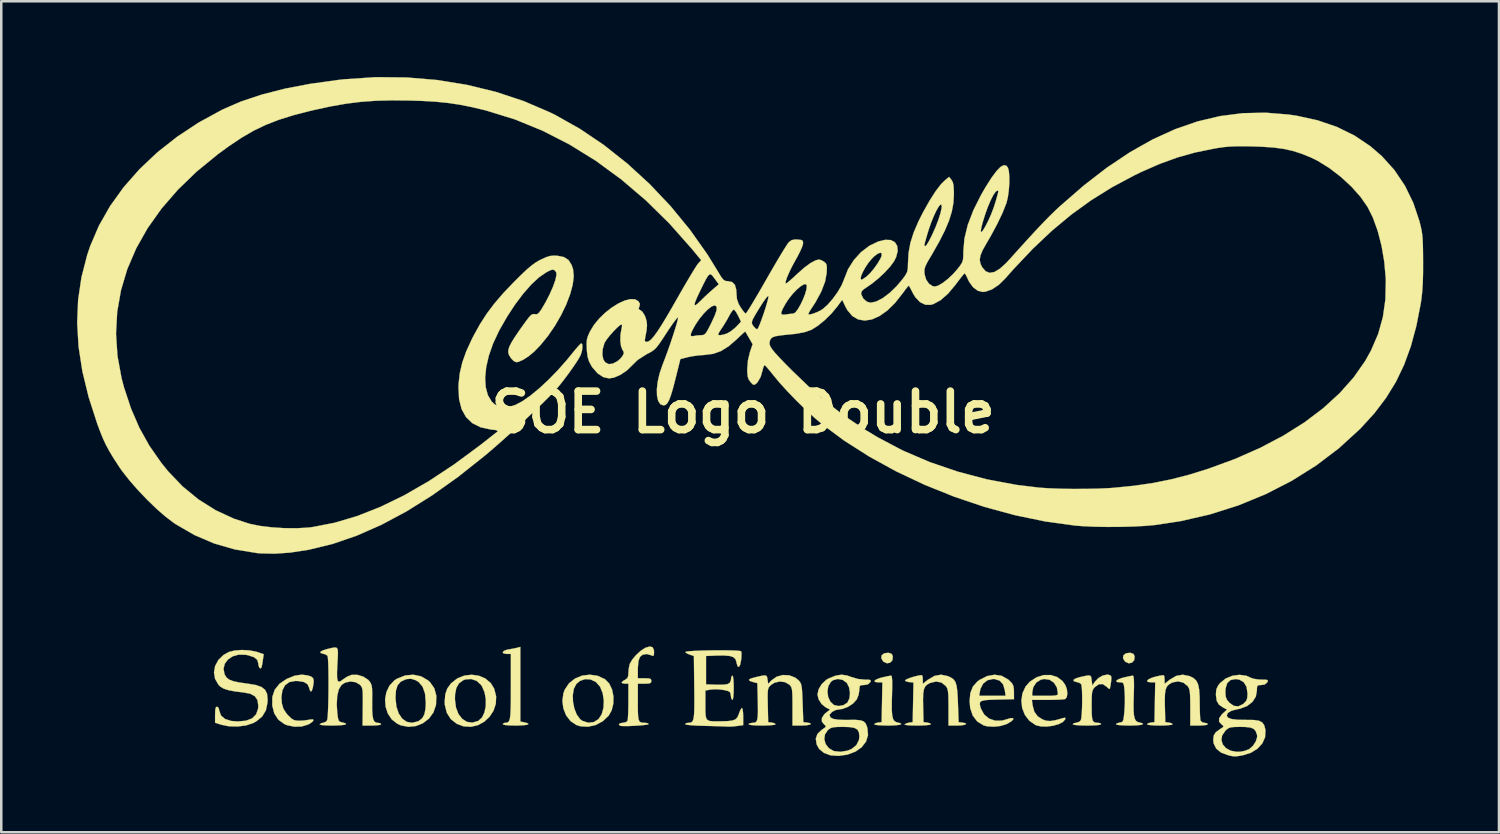
<source format=kicad_pcb>
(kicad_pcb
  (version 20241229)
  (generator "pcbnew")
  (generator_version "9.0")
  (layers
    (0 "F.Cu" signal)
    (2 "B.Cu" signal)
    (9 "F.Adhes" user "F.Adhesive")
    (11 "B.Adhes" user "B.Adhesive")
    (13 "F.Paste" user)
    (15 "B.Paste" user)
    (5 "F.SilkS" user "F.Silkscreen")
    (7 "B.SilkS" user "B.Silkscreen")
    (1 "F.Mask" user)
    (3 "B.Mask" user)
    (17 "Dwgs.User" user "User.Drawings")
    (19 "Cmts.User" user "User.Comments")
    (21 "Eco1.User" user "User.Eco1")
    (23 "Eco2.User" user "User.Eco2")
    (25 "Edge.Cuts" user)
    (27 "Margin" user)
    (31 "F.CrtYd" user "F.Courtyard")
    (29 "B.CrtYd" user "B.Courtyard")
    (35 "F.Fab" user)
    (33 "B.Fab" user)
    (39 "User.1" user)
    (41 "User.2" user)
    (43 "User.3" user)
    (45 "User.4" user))
  (footprint "SOE Logo Double"
    (layer "F.Cu")
    (at 26.373 13.268)
    (property "Reference" "SOE Logo Double" (at 0 0 0) (layer "F.SilkS") (effects (font (size 1.524 1.524) (thickness 0.3))))
    (attr through_hole)
    (fp_poly (pts (xy 5.759 9.528) (xy 5.88 9.57) (xy 5.926 9.668) (xy 5.907 9.821) (xy 5.819 9.917) (xy 5.693 9.942) (xy 5.558 9.88) (xy 5.538 9.862) (xy 5.465 9.737) (xy 5.483 9.625) (xy 5.58 9.547) (xy 5.74 9.526) (xy 5.759 9.528)) (stroke (width 0.01) (type solid)) (fill yes) (layer "F.SilkS"))
    (fp_poly (pts (xy 15.33 9.528) (xy 15.452 9.57) (xy 15.498 9.668) (xy 15.479 9.821) (xy 15.391 9.917) (xy 15.264 9.942) (xy 15.129 9.88) (xy 15.11 9.862) (xy 15.036 9.737) (xy 15.055 9.625) (xy 15.152 9.547) (xy 15.312 9.526) (xy 15.33 9.528)) (stroke (width 0.01) (type solid)) (fill yes) (layer "F.SilkS"))
    (fp_poly (pts (xy -8.823 12.248) (xy -8.663 12.28) (xy -8.532 12.316) (xy -8.502 12.349) (xy -8.565 12.377) (xy -8.714 12.396) (xy -8.943 12.405) (xy -9.01 12.406) (xy -9.25 12.401) (xy -9.422 12.386) (xy -9.51 12.363) (xy -9.518 12.352) (xy -9.474 12.307) (xy -9.422 12.299) (xy -9.355 12.294) (xy -9.302 12.269) (xy -9.263 12.215) (xy -9.235 12.118) (xy -9.216 11.966) (xy -9.205 11.749) (xy -9.199 11.453) (xy -9.198 11.067) (xy -9.197 10.871) (xy -9.197 9.572) (xy -9.358 9.572) (xy -9.485 9.552) (xy -9.522 9.506) (xy -9.474 9.451) (xy -9.35 9.404) (xy -9.291 9.393) (xy -9.117 9.363) (xy -8.97 9.332) (xy -8.943 9.326) (xy -8.823 9.292) (xy -8.823 12.248)) (stroke (width 0.01) (type solid)) (fill yes) (layer "F.SilkS"))
    (fp_poly (pts (xy 5.884 10.474) (xy 5.898 10.612) (xy 5.9 10.847) (xy 5.893 11.145) (xy 5.883 11.519) (xy 5.884 11.8) (xy 5.899 12.001) (xy 5.93 12.137) (xy 5.979 12.221) (xy 6.049 12.267) (xy 6.099 12.281) (xy 6.228 12.316) (xy 6.258 12.349) (xy 6.194 12.376) (xy 6.043 12.396) (xy 5.813 12.405) (xy 5.722 12.406) (xy 5.496 12.401) (xy 5.318 12.389) (xy 5.209 12.37) (xy 5.187 12.356) (xy 5.233 12.314) (xy 5.334 12.289) (xy 5.481 12.272) (xy 5.496 11.483) (xy 5.511 10.695) (xy 5.344 10.695) (xy 5.224 10.68) (xy 5.197 10.641) (xy 5.255 10.589) (xy 5.39 10.533) (xy 5.511 10.5) (xy 5.682 10.462) (xy 5.813 10.436) (xy 5.86 10.43) (xy 5.884 10.474)) (stroke (width 0.01) (type solid)) (fill yes) (layer "F.SilkS"))
    (fp_poly (pts (xy 15.456 10.474) (xy 15.469 10.612) (xy 15.472 10.847) (xy 15.465 11.145) (xy 15.455 11.519) (xy 15.456 11.8) (xy 15.471 12.001) (xy 15.502 12.137) (xy 15.551 12.221) (xy 15.621 12.267) (xy 15.671 12.281) (xy 15.8 12.316) (xy 15.83 12.349) (xy 15.766 12.376) (xy 15.615 12.396) (xy 15.384 12.405) (xy 15.293 12.406) (xy 15.068 12.401) (xy 14.89 12.389) (xy 14.781 12.37) (xy 14.759 12.356) (xy 14.805 12.314) (xy 14.906 12.289) (xy 14.979 12.276) (xy 15.026 12.24) (xy 15.055 12.161) (xy 15.076 12.015) (xy 15.092 11.844) (xy 15.108 11.577) (xy 15.111 11.292) (xy 15.1 11.056) (xy 15.082 10.865) (xy 15.059 10.757) (xy 15.021 10.708) (xy 14.954 10.695) (xy 14.909 10.695) (xy 14.793 10.68) (xy 14.769 10.641) (xy 14.829 10.589) (xy 14.964 10.532) (xy 15.083 10.5) (xy 15.254 10.462) (xy 15.385 10.436) (xy 15.431 10.43) (xy 15.456 10.474)) (stroke (width 0.01) (type solid)) (fill yes) (layer "F.SilkS"))
    (fp_poly (pts (xy -17.227 10.425) (xy -17.092 10.473) (xy -17.021 10.544) (xy -17.002 10.66) (xy -17.028 10.849) (xy -17.038 10.902) (xy -17.079 11.033) (xy -17.124 11.059) (xy -17.167 10.978) (xy -17.184 10.908) (xy -17.249 10.77) (xy -17.387 10.684) (xy -17.608 10.645) (xy -17.732 10.641) (xy -17.967 10.685) (xy -18.139 10.812) (xy -18.245 11.016) (xy -18.282 11.292) (xy -18.263 11.531) (xy -18.204 11.741) (xy -18.079 11.932) (xy -18.022 11.997) (xy -17.888 12.127) (xy -17.778 12.193) (xy -17.647 12.215) (xy -17.585 12.217) (xy -17.389 12.207) (xy -17.202 12.18) (xy -17.172 12.173) (xy -17.048 12.158) (xy -17.009 12.19) (xy -17.052 12.255) (xy -17.173 12.34) (xy -17.222 12.366) (xy -17.475 12.443) (xy -17.767 12.452) (xy -18.054 12.394) (xy -18.166 12.347) (xy -18.404 12.174) (xy -18.564 11.928) (xy -18.644 11.615) (xy -18.642 11.276) (xy -18.547 10.99) (xy -18.357 10.752) (xy -18.071 10.56) (xy -17.755 10.432) (xy -17.472 10.391) (xy -17.227 10.425)) (stroke (width 0.01) (type solid)) (fill yes) (layer "F.SilkS"))
    (fp_poly (pts (xy -5.762 10.438) (xy -5.473 10.571) (xy -5.306 10.74) (xy -5.193 10.975) (xy -5.137 11.25) (xy -5.141 11.535) (xy -5.207 11.805) (xy -5.325 12.015) (xy -5.561 12.237) (xy -5.843 12.386) (xy -6.147 12.454) (xy -6.449 12.435) (xy -6.607 12.384) (xy -6.837 12.229) (xy -7.011 12.002) (xy -7.12 11.727) (xy -7.158 11.427) (xy -7.125 11.191) (xy -6.745 11.191) (xy -6.738 11.462) (xy -6.685 11.731) (xy -6.59 11.971) (xy -6.459 12.152) (xy -6.371 12.218) (xy -6.138 12.294) (xy -5.917 12.271) (xy -5.726 12.151) (xy -5.724 12.149) (xy -5.601 11.958) (xy -5.532 11.705) (xy -5.518 11.421) (xy -5.56 11.136) (xy -5.66 10.882) (xy -5.673 10.86) (xy -5.834 10.682) (xy -6.037 10.584) (xy -6.255 10.569) (xy -6.463 10.639) (xy -6.605 10.759) (xy -6.703 10.947) (xy -6.745 11.191) (xy -7.125 11.191) (xy -7.116 11.126) (xy -7.065 10.987) (xy -6.895 10.733) (xy -6.658 10.546) (xy -6.377 10.43) (xy -6.071 10.393) (xy -5.762 10.438)) (stroke (width 0.01) (type solid)) (fill yes) (layer "F.SilkS"))
    (fp_poly (pts (xy -12.751 10.459) (xy -12.477 10.618) (xy -12.399 10.689) (xy -12.228 10.933) (xy -12.148 11.231) (xy -12.161 11.577) (xy -12.163 11.591) (xy -12.263 11.887) (xy -12.441 12.131) (xy -12.679 12.314) (xy -12.956 12.426) (xy -13.255 12.457) (xy -13.555 12.399) (xy -13.686 12.34) (xy -13.913 12.164) (xy -14.07 11.928) (xy -14.158 11.655) (xy -14.177 11.365) (xy -14.166 11.31) (xy -13.766 11.31) (xy -13.731 11.649) (xy -13.64 11.926) (xy -13.501 12.132) (xy -13.322 12.259) (xy -13.112 12.299) (xy -12.88 12.242) (xy -12.841 12.223) (xy -12.707 12.119) (xy -12.621 11.963) (xy -12.576 11.737) (xy -12.566 11.492) (xy -12.597 11.138) (xy -12.692 10.868) (xy -12.85 10.681) (xy -12.981 10.605) (xy -13.151 10.554) (xy -13.31 10.566) (xy -13.373 10.583) (xy -13.56 10.671) (xy -13.683 10.813) (xy -13.748 11.023) (xy -13.766 11.31) (xy -14.166 11.31) (xy -14.125 11.082) (xy -14.003 10.826) (xy -13.81 10.62) (xy -13.708 10.553) (xy -13.382 10.424) (xy -13.058 10.394) (xy -12.751 10.459)) (stroke (width 0.01) (type solid)) (fill yes) (layer "F.SilkS"))
    (fp_poly (pts (xy -10.463 10.435) (xy -10.204 10.547) (xy -9.992 10.728) (xy -9.859 10.945) (xy -9.781 11.25) (xy -9.794 11.547) (xy -9.886 11.821) (xy -10.044 12.062) (xy -10.254 12.256) (xy -10.504 12.392) (xy -10.781 12.456) (xy -11.072 12.438) (xy -11.334 12.34) (xy -11.573 12.155) (xy -11.734 11.901) (xy -11.812 11.59) (xy -11.818 11.465) (xy -11.81 11.368) (xy -11.412 11.368) (xy -11.373 11.685) (xy -11.275 11.946) (xy -11.127 12.14) (xy -10.941 12.259) (xy -10.728 12.292) (xy -10.499 12.228) (xy -10.486 12.221) (xy -10.342 12.091) (xy -10.244 11.888) (xy -10.192 11.638) (xy -10.19 11.366) (xy -10.237 11.098) (xy -10.338 10.858) (xy -10.376 10.799) (xy -10.55 10.639) (xy -10.767 10.564) (xy -10.998 10.58) (xy -11.083 10.612) (xy -11.251 10.734) (xy -11.357 10.917) (xy -11.407 11.175) (xy -11.412 11.368) (xy -11.81 11.368) (xy -11.794 11.17) (xy -11.714 10.939) (xy -11.567 10.737) (xy -11.56 10.73) (xy -11.318 10.54) (xy -11.04 10.429) (xy -10.749 10.395) (xy -10.463 10.435)) (stroke (width 0.01) (type solid)) (fill yes) (layer "F.SilkS"))
    (fp_poly (pts (xy 10.235 10.439) (xy 10.488 10.581) (xy 10.527 10.616) (xy 10.64 10.731) (xy 10.697 10.837) (xy 10.717 10.982) (xy 10.719 11.076) (xy 10.721 11.363) (xy 10.064 11.378) (xy 9.766 11.387) (xy 9.561 11.404) (xy 9.435 11.435) (xy 9.375 11.489) (xy 9.367 11.572) (xy 9.397 11.693) (xy 9.41 11.734) (xy 9.538 11.967) (xy 9.734 12.131) (xy 9.977 12.214) (xy 10.248 12.211) (xy 10.406 12.166) (xy 10.586 12.113) (xy 10.683 12.114) (xy 10.695 12.158) (xy 10.624 12.233) (xy 10.47 12.327) (xy 10.407 12.357) (xy 10.178 12.425) (xy 9.911 12.453) (xy 9.657 12.436) (xy 9.518 12.399) (xy 9.267 12.246) (xy 9.089 12.016) (xy 8.988 11.716) (xy 8.963 11.44) (xy 8.983 11.229) (xy 9.344 11.229) (xy 10.388 11.229) (xy 10.358 11.008) (xy 10.289 10.776) (xy 10.155 10.629) (xy 9.954 10.566) (xy 9.892 10.563) (xy 9.671 10.612) (xy 9.499 10.747) (xy 9.393 10.955) (xy 9.376 11.032) (xy 9.344 11.229) (xy 8.983 11.229) (xy 8.993 11.118) (xy 9.093 10.865) (xy 9.27 10.665) (xy 9.355 10.601) (xy 9.656 10.449) (xy 9.954 10.395) (xy 10.235 10.439)) (stroke (width 0.01) (type solid)) (fill yes) (layer "F.SilkS"))
    (fp_poly (pts (xy 12.425 10.483) (xy 12.637 10.639) (xy 12.759 10.812) (xy 12.816 10.976) (xy 12.833 11.145) (xy 12.81 11.284) (xy 12.749 11.357) (xy 12.664 11.37) (xy 12.497 11.381) (xy 12.273 11.388) (xy 12.047 11.39) (xy 11.429 11.39) (xy 11.458 11.606) (xy 11.526 11.86) (xy 11.662 12.044) (xy 11.852 12.165) (xy 11.997 12.216) (xy 12.155 12.228) (xy 12.352 12.198) (xy 12.616 12.125) (xy 12.661 12.111) (xy 12.746 12.095) (xy 12.756 12.138) (xy 12.748 12.161) (xy 12.656 12.266) (xy 12.487 12.352) (xy 12.268 12.414) (xy 12.029 12.446) (xy 11.797 12.442) (xy 11.601 12.397) (xy 11.577 12.387) (xy 11.33 12.218) (xy 11.152 11.985) (xy 11.045 11.712) (xy 11.013 11.419) (xy 11.057 11.128) (xy 11.073 11.093) (xy 11.443 11.093) (xy 11.443 11.229) (xy 11.951 11.229) (xy 12.188 11.228) (xy 12.338 11.219) (xy 12.42 11.201) (xy 12.454 11.169) (xy 12.459 11.131) (xy 12.417 10.892) (xy 12.3 10.708) (xy 12.129 10.593) (xy 11.919 10.563) (xy 11.785 10.59) (xy 11.606 10.701) (xy 11.485 10.883) (xy 11.443 11.093) (xy 11.073 11.093) (xy 11.181 10.86) (xy 11.351 10.668) (xy 11.616 10.496) (xy 11.896 10.409) (xy 12.172 10.406) (xy 12.425 10.483)) (stroke (width 0.01) (type solid)) (fill yes) (layer "F.SilkS"))
    (fp_poly (pts (xy 8.105 10.451) (xy 8.238 10.513) (xy 8.336 10.586) (xy 8.404 10.688) (xy 8.449 10.836) (xy 8.477 11.048) (xy 8.495 11.34) (xy 8.502 11.524) (xy 8.529 12.272) (xy 8.676 12.289) (xy 8.799 12.314) (xy 8.827 12.345) (xy 8.773 12.375) (xy 8.647 12.398) (xy 8.476 12.406) (xy 8.128 12.406) (xy 8.128 11.691) (xy 8.126 11.395) (xy 8.12 11.186) (xy 8.106 11.043) (xy 8.082 10.945) (xy 8.045 10.873) (xy 8.02 10.84) (xy 7.852 10.705) (xy 7.642 10.663) (xy 7.416 10.714) (xy 7.294 10.775) (xy 7.21 10.853) (xy 7.157 10.966) (xy 7.128 11.132) (xy 7.12 11.371) (xy 7.124 11.644) (xy 7.139 12.272) (xy 7.286 12.289) (xy 7.393 12.317) (xy 7.433 12.356) (xy 7.383 12.377) (xy 7.248 12.393) (xy 7.05 12.404) (xy 6.887 12.406) (xy 6.642 12.402) (xy 6.474 12.389) (xy 6.394 12.37) (xy 6.393 12.357) (xy 6.482 12.312) (xy 6.577 12.29) (xy 6.711 12.272) (xy 6.726 11.487) (xy 6.741 10.702) (xy 6.565 10.685) (xy 6.453 10.66) (xy 6.409 10.62) (xy 6.41 10.615) (xy 6.468 10.575) (xy 6.593 10.524) (xy 6.753 10.473) (xy 6.911 10.433) (xy 7.034 10.412) (xy 7.084 10.417) (xy 7.104 10.486) (xy 7.112 10.599) (xy 7.112 10.753) (xy 7.313 10.594) (xy 7.573 10.441) (xy 7.836 10.393) (xy 8.105 10.451)) (stroke (width 0.01) (type solid)) (fill yes) (layer "F.SilkS"))
    (fp_poly (pts (xy 14.469 10.397) (xy 14.545 10.426) (xy 14.576 10.481) (xy 14.573 10.596) (xy 14.563 10.682) (xy 14.54 10.835) (xy 14.518 10.937) (xy 14.51 10.958) (xy 14.465 10.94) (xy 14.383 10.866) (xy 14.382 10.865) (xy 14.236 10.764) (xy 14.083 10.771) (xy 13.927 10.879) (xy 13.871 10.943) (xy 13.833 11.012) (xy 13.811 11.109) (xy 13.8 11.258) (xy 13.796 11.48) (xy 13.796 11.622) (xy 13.798 11.902) (xy 13.81 12.091) (xy 13.837 12.208) (xy 13.887 12.27) (xy 13.966 12.295) (xy 14.068 12.299) (xy 14.152 12.322) (xy 14.171 12.352) (xy 14.12 12.377) (xy 13.976 12.395) (xy 13.755 12.404) (xy 13.609 12.406) (xy 13.352 12.401) (xy 13.165 12.387) (xy 13.063 12.366) (xy 13.048 12.352) (xy 13.093 12.312) (xy 13.179 12.299) (xy 13.308 12.258) (xy 13.367 12.196) (xy 13.388 12.103) (xy 13.404 11.933) (xy 13.415 11.712) (xy 13.42 11.466) (xy 13.419 11.221) (xy 13.413 11.005) (xy 13.399 10.845) (xy 13.381 10.767) (xy 13.302 10.712) (xy 13.212 10.687) (xy 13.093 10.652) (xy 13.074 10.603) (xy 13.15 10.547) (xy 13.316 10.493) (xy 13.327 10.491) (xy 13.542 10.442) (xy 13.673 10.421) (xy 13.744 10.435) (xy 13.777 10.487) (xy 13.793 10.585) (xy 13.796 10.613) (xy 13.823 10.825) (xy 13.917 10.681) (xy 14.056 10.532) (xy 14.231 10.429) (xy 14.406 10.39) (xy 14.469 10.397)) (stroke (width 0.01) (type solid)) (fill yes) (layer "F.SilkS"))
    (fp_poly (pts (xy 17.674 10.45) (xy 17.685 10.454) (xy 17.832 10.53) (xy 17.939 10.631) (xy 18.01 10.775) (xy 18.051 10.978) (xy 18.071 11.259) (xy 18.074 11.514) (xy 18.077 11.767) (xy 18.084 11.985) (xy 18.095 12.144) (xy 18.107 12.214) (xy 18.18 12.28) (xy 18.267 12.299) (xy 18.365 12.318) (xy 18.395 12.352) (xy 18.346 12.38) (xy 18.216 12.399) (xy 18.047 12.406) (xy 17.7 12.406) (xy 17.7 11.691) (xy 17.698 11.396) (xy 17.692 11.187) (xy 17.678 11.044) (xy 17.654 10.946) (xy 17.617 10.874) (xy 17.591 10.838) (xy 17.425 10.707) (xy 17.217 10.658) (xy 17.001 10.698) (xy 16.959 10.717) (xy 16.848 10.786) (xy 16.771 10.869) (xy 16.723 10.986) (xy 16.698 11.157) (xy 16.692 11.4) (xy 16.695 11.644) (xy 16.711 12.272) (xy 16.858 12.289) (xy 16.964 12.317) (xy 17.005 12.356) (xy 16.955 12.377) (xy 16.822 12.394) (xy 16.628 12.404) (xy 16.497 12.406) (xy 16.278 12.401) (xy 16.107 12.388) (xy 16.006 12.369) (xy 15.989 12.356) (xy 16.035 12.314) (xy 16.136 12.289) (xy 16.283 12.272) (xy 16.298 11.483) (xy 16.312 10.695) (xy 16.15 10.695) (xy 16.023 10.679) (xy 15.989 10.637) (xy 16.042 10.58) (xy 16.174 10.517) (xy 16.309 10.475) (xy 16.481 10.435) (xy 16.608 10.416) (xy 16.657 10.418) (xy 16.676 10.486) (xy 16.684 10.599) (xy 16.684 10.753) (xy 16.884 10.594) (xy 17.142 10.441) (xy 17.403 10.394) (xy 17.674 10.45)) (stroke (width 0.01) (type solid)) (fill yes) (layer "F.SilkS"))
    (fp_poly (pts (xy -3.582 9.31) (xy -3.533 9.429) (xy -3.529 9.499) (xy -3.536 9.619) (xy -3.567 9.653) (xy -3.633 9.627) (xy -3.816 9.574) (xy -3.982 9.603) (xy -4.088 9.691) (xy -4.146 9.849) (xy -4.17 10.109) (xy -4.171 10.172) (xy -4.171 10.534) (xy -3.904 10.534) (xy -3.743 10.54) (xy -3.663 10.564) (xy -3.637 10.617) (xy -3.636 10.641) (xy -3.65 10.705) (xy -3.71 10.737) (xy -3.842 10.748) (xy -3.904 10.748) (xy -4.171 10.748) (xy -4.171 11.491) (xy -4.17 11.8) (xy -4.162 12.018) (xy -4.143 12.161) (xy -4.106 12.245) (xy -4.044 12.285) (xy -3.953 12.298) (xy -3.872 12.299) (xy -3.774 12.317) (xy -3.743 12.349) (xy -3.792 12.368) (xy -3.921 12.386) (xy -4.104 12.403) (xy -4.313 12.417) (xy -4.522 12.426) (xy -4.703 12.428) (xy -4.831 12.422) (xy -4.867 12.415) (xy -4.923 12.371) (xy -4.892 12.326) (xy -4.794 12.3) (xy -4.765 12.299) (xy -4.635 12.271) (xy -4.578 12.214) (xy -4.565 12.131) (xy -4.555 11.964) (xy -4.548 11.736) (xy -4.545 11.472) (xy -4.545 11.439) (xy -4.545 10.748) (xy -4.679 10.748) (xy -4.779 10.733) (xy -4.813 10.703) (xy -4.769 10.651) (xy -4.679 10.598) (xy -4.589 10.535) (xy -4.551 10.435) (xy -4.545 10.325) (xy -4.53 10.143) (xy -4.494 9.978) (xy -4.489 9.963) (xy -4.391 9.794) (xy -4.234 9.608) (xy -4.051 9.442) (xy -3.877 9.33) (xy -3.866 9.325) (xy -3.692 9.276) (xy -3.582 9.31)) (stroke (width 0.01) (type solid)) (fill yes) (layer "F.SilkS"))
    (fp_poly (pts (xy -19.553 9.43) (xy -19.282 9.481) (xy -19.233 9.497) (xy -18.983 9.582) (xy -19.015 9.804) (xy -19.039 9.961) (xy -19.062 10.077) (xy -19.067 10.097) (xy -19.108 10.147) (xy -19.155 10.116) (xy -19.19 10.024) (xy -19.197 9.944) (xy -19.24 9.803) (xy -19.373 9.697) (xy -19.602 9.623) (xy -19.705 9.604) (xy -19.975 9.599) (xy -20.211 9.666) (xy -20.398 9.791) (xy -20.524 9.959) (xy -20.574 10.157) (xy -20.534 10.371) (xy -20.513 10.416) (xy -20.443 10.516) (xy -20.341 10.592) (xy -20.188 10.651) (xy -19.965 10.699) (xy -19.655 10.743) (xy -19.629 10.746) (xy -19.306 10.8) (xy -19.077 10.877) (xy -18.929 10.991) (xy -18.85 11.151) (xy -18.828 11.371) (xy -18.833 11.499) (xy -18.897 11.805) (xy -19.044 12.05) (xy -19.282 12.244) (xy -19.396 12.306) (xy -19.678 12.4) (xy -20.013 12.444) (xy -20.356 12.436) (xy -20.654 12.376) (xy -20.908 12.296) (xy -20.908 11.976) (xy -20.901 11.788) (xy -20.878 11.688) (xy -20.834 11.657) (xy -20.831 11.657) (xy -20.769 11.706) (xy -20.738 11.829) (xy -20.671 12.013) (xy -20.514 12.146) (xy -20.274 12.224) (xy -20.015 12.245) (xy -19.686 12.215) (xy -19.442 12.122) (xy -19.283 11.964) (xy -19.206 11.742) (xy -19.197 11.616) (xy -19.23 11.397) (xy -19.334 11.244) (xy -19.52 11.146) (xy -19.765 11.099) (xy -20.114 11.056) (xy -20.373 11.007) (xy -20.561 10.947) (xy -20.694 10.87) (xy -20.771 10.797) (xy -20.908 10.559) (xy -20.951 10.304) (xy -20.906 10.048) (xy -20.778 9.811) (xy -20.574 9.612) (xy -20.362 9.494) (xy -20.135 9.436) (xy -19.852 9.415) (xy -19.553 9.43)) (stroke (width 0.01) (type solid)) (fill yes) (layer "F.SilkS"))
    (fp_poly (pts (xy 1.826 10.418) (xy 2.062 10.51) (xy 2.196 10.618) (xy 2.248 10.68) (xy 2.285 10.749) (xy 2.31 10.845) (xy 2.328 10.988) (xy 2.34 11.197) (xy 2.352 11.493) (xy 2.353 11.514) (xy 2.38 12.272) (xy 2.527 12.289) (xy 2.65 12.314) (xy 2.679 12.345) (xy 2.625 12.374) (xy 2.499 12.397) (xy 2.314 12.406) (xy 2.313 12.406) (xy 1.952 12.406) (xy 1.952 11.659) (xy 1.951 11.361) (xy 1.946 11.15) (xy 1.935 11.007) (xy 1.914 10.914) (xy 1.882 10.849) (xy 1.834 10.794) (xy 1.83 10.79) (xy 1.661 10.69) (xy 1.453 10.662) (xy 1.245 10.707) (xy 1.099 10.799) (xy 1.041 10.857) (xy 1.003 10.916) (xy 0.98 10.997) (xy 0.97 11.122) (xy 0.969 11.311) (xy 0.974 11.584) (xy 0.974 11.601) (xy 0.989 12.272) (xy 1.136 12.289) (xy 1.243 12.317) (xy 1.283 12.356) (xy 1.234 12.377) (xy 1.099 12.394) (xy 0.903 12.404) (xy 0.749 12.406) (xy 0.5 12.401) (xy 0.321 12.387) (xy 0.225 12.365) (xy 0.214 12.352) (xy 0.26 12.315) (xy 0.372 12.299) (xy 0.373 12.299) (xy 0.455 12.292) (xy 0.514 12.26) (xy 0.553 12.189) (xy 0.574 12.063) (xy 0.583 11.869) (xy 0.581 11.591) (xy 0.577 11.393) (xy 0.561 10.728) (xy 0.388 10.683) (xy 0.256 10.637) (xy 0.227 10.592) (xy 0.301 10.545) (xy 0.48 10.494) (xy 0.495 10.491) (xy 0.708 10.442) (xy 0.839 10.421) (xy 0.91 10.432) (xy 0.943 10.478) (xy 0.96 10.564) (xy 0.962 10.579) (xy 0.989 10.758) (xy 1.119 10.619) (xy 1.324 10.473) (xy 1.57 10.406) (xy 1.826 10.418)) (stroke (width 0.01) (type solid)) (fill yes) (layer "F.SilkS"))
    (fp_poly (pts (xy -16.086 9.334) (xy -16.051 9.407) (xy -16.044 9.548) (xy -16.054 9.771) (xy -16.065 9.967) (xy -16.08 10.278) (xy -16.079 10.492) (xy -16.059 10.619) (xy -16.017 10.671) (xy -15.947 10.656) (xy -15.846 10.584) (xy -15.826 10.567) (xy -15.671 10.467) (xy -15.509 10.403) (xy -15.492 10.4) (xy -15.266 10.401) (xy -15.035 10.473) (xy -14.844 10.599) (xy -14.791 10.659) (xy -14.742 10.736) (xy -14.71 10.823) (xy -14.693 10.945) (xy -14.686 11.124) (xy -14.688 11.383) (xy -14.689 11.425) (xy -14.69 11.757) (xy -14.677 11.997) (xy -14.647 12.157) (xy -14.597 12.251) (xy -14.522 12.293) (xy -14.466 12.299) (xy -14.365 12.317) (xy -14.331 12.352) (xy -14.38 12.38) (xy -14.512 12.399) (xy -14.7 12.406) (xy -15.069 12.406) (xy -15.061 11.659) (xy -15.059 11.361) (xy -15.061 11.151) (xy -15.07 11.009) (xy -15.09 10.915) (xy -15.121 10.851) (xy -15.167 10.797) (xy -15.175 10.79) (xy -15.343 10.69) (xy -15.551 10.662) (xy -15.757 10.705) (xy -15.905 10.802) (xy -16.011 10.976) (xy -16.073 11.236) (xy -16.091 11.57) (xy -16.071 11.895) (xy -16.048 12.085) (xy -16.02 12.195) (xy -15.976 12.25) (xy -15.901 12.276) (xy -15.877 12.281) (xy -15.748 12.317) (xy -15.72 12.349) (xy -15.784 12.376) (xy -15.935 12.395) (xy -16.166 12.405) (xy -16.259 12.406) (xy -16.522 12.401) (xy -16.692 12.387) (xy -16.764 12.363) (xy -16.764 12.352) (xy -16.688 12.307) (xy -16.629 12.299) (xy -16.523 12.256) (xy -16.472 12.196) (xy -16.456 12.114) (xy -16.443 11.946) (xy -16.432 11.709) (xy -16.424 11.424) (xy -16.419 11.109) (xy -16.417 10.783) (xy -16.418 10.465) (xy -16.422 10.174) (xy -16.429 9.928) (xy -16.44 9.748) (xy -16.454 9.652) (xy -16.457 9.644) (xy -16.536 9.59) (xy -16.63 9.564) (xy -16.732 9.533) (xy -16.735 9.487) (xy -16.647 9.433) (xy -16.474 9.379) (xy -16.452 9.374) (xy -16.277 9.332) (xy -16.158 9.314) (xy -16.086 9.334)) (stroke (width 0.01) (type solid)) (fill yes) (layer "F.SilkS"))
    (fp_poly (pts (xy -0.519 9.431) (xy -0.302 9.438) (xy -0.149 9.45) (xy -0.08 9.466) (xy -0.079 9.468) (xy -0.067 9.546) (xy -0.071 9.693) (xy -0.083 9.816) (xy -0.119 9.995) (xy -0.165 10.081) (xy -0.214 10.07) (xy -0.255 9.957) (xy -0.267 9.892) (xy -0.306 9.776) (xy -0.392 9.697) (xy -0.54 9.651) (xy -0.765 9.632) (xy -1.059 9.636) (xy -1.471 9.652) (xy -1.471 10.775) (xy -1.051 10.791) (xy -0.792 10.791) (xy -0.622 10.766) (xy -0.525 10.708) (xy -0.485 10.611) (xy -0.481 10.555) (xy -0.462 10.457) (xy -0.428 10.427) (xy -0.402 10.478) (xy -0.384 10.618) (xy -0.375 10.829) (xy -0.374 10.909) (xy -0.38 11.139) (xy -0.395 11.304) (xy -0.419 11.385) (xy -0.428 11.39) (xy -0.47 11.345) (xy -0.482 11.27) (xy -0.5 11.145) (xy -0.523 11.086) (xy -0.603 11.039) (xy -0.756 11.001) (xy -0.948 10.976) (xy -1.145 10.97) (xy -1.307 10.985) (xy -1.497 11.02) (xy -1.497 11.6) (xy -1.496 11.872) (xy -1.482 12.054) (xy -1.439 12.165) (xy -1.348 12.221) (xy -1.194 12.24) (xy -0.959 12.24) (xy -0.882 12.239) (xy -0.612 12.231) (xy -0.427 12.208) (xy -0.306 12.161) (xy -0.23 12.082) (xy -0.177 11.961) (xy -0.169 11.936) (xy -0.115 11.8) (xy -0.065 11.72) (xy -0.048 11.711) (xy -0.024 11.759) (xy -0.006 11.887) (xy 0 12.051) (xy 0 12.391) (xy -0.248 12.425) (xy -0.424 12.444) (xy -0.571 12.449) (xy -0.609 12.448) (xy -0.701 12.442) (xy -0.878 12.436) (xy -1.117 12.429) (xy -1.396 12.422) (xy -1.511 12.419) (xy -1.812 12.41) (xy -2.053 12.395) (xy -2.219 12.377) (xy -2.296 12.357) (xy -2.299 12.351) (xy -2.254 12.311) (xy -2.172 12.299) (xy -2.096 12.294) (xy -2.038 12.271) (xy -1.994 12.218) (xy -1.964 12.123) (xy -1.945 11.974) (xy -1.936 11.759) (xy -1.933 11.466) (xy -1.935 11.082) (xy -1.937 10.902) (xy -1.952 9.652) (xy -2.117 9.599) (xy -2.234 9.548) (xy -2.29 9.498) (xy -2.291 9.495) (xy -2.244 9.477) (xy -2.109 9.462) (xy -1.905 9.449) (xy -1.651 9.439) (xy -1.367 9.432) (xy -1.071 9.428) (xy -0.782 9.428) (xy -0.519 9.431)) (stroke (width 0.01) (type solid)) (fill yes) (layer "F.SilkS"))
    (fp_poly (pts (xy 4.116 10.425) (xy 4.252 10.476) (xy 4.539 10.562) (xy 4.795 10.588) (xy 4.959 10.591) (xy 5.037 10.606) (xy 5.05 10.642) (xy 5.027 10.695) (xy 4.935 10.778) (xy 4.784 10.802) (xy 4.663 10.809) (xy 4.611 10.853) (xy 4.599 10.964) (xy 4.599 11.002) (xy 4.569 11.19) (xy 4.497 11.369) (xy 4.494 11.374) (xy 4.349 11.534) (xy 4.144 11.668) (xy 3.925 11.75) (xy 3.811 11.764) (xy 3.656 11.794) (xy 3.518 11.867) (xy 3.433 11.961) (xy 3.422 12.006) (xy 3.457 12.088) (xy 3.566 12.144) (xy 3.76 12.175) (xy 4.046 12.185) (xy 4.165 12.183) (xy 4.445 12.182) (xy 4.638 12.198) (xy 4.764 12.24) (xy 4.844 12.316) (xy 4.897 12.436) (xy 4.918 12.509) (xy 4.942 12.784) (xy 4.864 13.039) (xy 4.692 13.264) (xy 4.451 13.435) (xy 4.129 13.557) (xy 3.775 13.608) (xy 3.459 13.586) (xy 3.198 13.49) (xy 3.005 13.329) (xy 2.908 13.153) (xy 2.878 12.95) (xy 3.211 12.95) (xy 3.265 13.14) (xy 3.39 13.302) (xy 3.579 13.412) (xy 3.599 13.418) (xy 3.852 13.447) (xy 4.125 13.402) (xy 4.286 13.337) (xy 4.479 13.185) (xy 4.583 12.978) (xy 4.599 12.839) (xy 4.582 12.676) (xy 4.523 12.566) (xy 4.404 12.499) (xy 4.21 12.467) (xy 3.957 12.459) (xy 3.725 12.462) (xy 3.573 12.475) (xy 3.471 12.504) (xy 3.39 12.555) (xy 3.35 12.59) (xy 3.237 12.758) (xy 3.211 12.95) (xy 2.878 12.95) (xy 2.874 12.927) (xy 2.939 12.739) (xy 3.105 12.579) (xy 3.117 12.571) (xy 3.236 12.489) (xy 3.275 12.439) (xy 3.246 12.396) (xy 3.208 12.367) (xy 3.115 12.25) (xy 3.116 12.108) (xy 3.21 11.961) (xy 3.27 11.907) (xy 3.439 11.775) (xy 3.271 11.689) (xy 3.106 11.556) (xy 2.987 11.37) (xy 2.941 11.177) (xy 2.969 11.053) (xy 3.335 11.053) (xy 3.363 11.27) (xy 3.449 11.46) (xy 3.59 11.591) (xy 3.599 11.595) (xy 3.779 11.634) (xy 3.971 11.599) (xy 4.123 11.5) (xy 4.131 11.491) (xy 4.208 11.325) (xy 4.228 11.113) (xy 4.193 10.898) (xy 4.105 10.722) (xy 4.098 10.714) (xy 3.938 10.598) (xy 3.747 10.562) (xy 3.564 10.608) (xy 3.473 10.674) (xy 3.37 10.843) (xy 3.335 11.053) (xy 2.969 11.053) (xy 2.988 10.968) (xy 3.112 10.763) (xy 3.289 10.597) (xy 3.38 10.543) (xy 3.66 10.432) (xy 3.895 10.393) (xy 4.116 10.425)) (stroke (width 0.01) (type solid)) (fill yes) (layer "F.SilkS"))
    (fp_poly (pts (xy 19.919 10.435) (xy 20.091 10.513) (xy 20.211 10.555) (xy 20.389 10.582) (xy 20.507 10.588) (xy 20.675 10.591) (xy 20.756 10.605) (xy 20.772 10.64) (xy 20.748 10.695) (xy 20.652 10.78) (xy 20.512 10.802) (xy 20.398 10.809) (xy 20.348 10.85) (xy 20.338 10.956) (xy 20.339 11.013) (xy 20.296 11.259) (xy 20.161 11.471) (xy 19.947 11.636) (xy 19.669 11.741) (xy 19.586 11.757) (xy 19.336 11.818) (xy 19.188 11.907) (xy 19.144 12.013) (xy 19.192 12.094) (xy 19.337 12.149) (xy 19.582 12.178) (xy 19.926 12.183) (xy 20.216 12.186) (xy 20.418 12.216) (xy 20.55 12.283) (xy 20.629 12.397) (xy 20.672 12.568) (xy 20.677 12.603) (xy 20.662 12.868) (xy 20.553 13.112) (xy 20.362 13.322) (xy 20.102 13.483) (xy 19.79 13.581) (xy 19.606 13.614) (xy 19.482 13.627) (xy 19.374 13.619) (xy 19.237 13.59) (xy 19.204 13.582) (xy 18.922 13.478) (xy 18.727 13.32) (xy 18.625 13.113) (xy 18.61 12.981) (xy 18.932 12.981) (xy 18.985 13.153) (xy 19.11 13.298) (xy 19.296 13.401) (xy 19.531 13.447) (xy 19.705 13.44) (xy 19.878 13.402) (xy 20.024 13.344) (xy 20.042 13.334) (xy 20.188 13.202) (xy 20.297 13.032) (xy 20.348 12.861) (xy 20.344 12.78) (xy 20.294 12.635) (xy 20.214 12.54) (xy 20.084 12.486) (xy 19.883 12.463) (xy 19.693 12.459) (xy 19.469 12.462) (xy 19.323 12.474) (xy 19.225 12.504) (xy 19.146 12.558) (xy 19.086 12.616) (xy 18.962 12.797) (xy 18.932 12.981) (xy 18.61 12.981) (xy 18.609 12.974) (xy 18.629 12.802) (xy 18.707 12.675) (xy 18.864 12.558) (xy 18.981 12.482) (xy 19.017 12.435) (xy 18.982 12.393) (xy 18.939 12.363) (xy 18.84 12.251) (xy 18.844 12.116) (xy 18.952 11.962) (xy 18.99 11.926) (xy 19.157 11.774) (xy 18.991 11.688) (xy 18.836 11.579) (xy 18.749 11.433) (xy 18.717 11.222) (xy 18.716 11.155) (xy 18.723 11.079) (xy 19.09 11.079) (xy 19.102 11.26) (xy 19.15 11.386) (xy 19.246 11.501) (xy 19.425 11.627) (xy 19.603 11.646) (xy 19.785 11.559) (xy 19.819 11.531) (xy 19.91 11.436) (xy 19.954 11.326) (xy 19.966 11.16) (xy 19.966 11.128) (xy 19.928 10.873) (xy 19.818 10.691) (xy 19.642 10.588) (xy 19.486 10.566) (xy 19.292 10.606) (xy 19.164 10.726) (xy 19.099 10.93) (xy 19.09 11.079) (xy 18.723 11.079) (xy 18.734 10.969) (xy 18.804 10.821) (xy 18.882 10.723) (xy 19.098 10.547) (xy 19.363 10.437) (xy 19.647 10.398) (xy 19.919 10.435)) (stroke (width 0.01) (type solid)) (fill yes) (layer "F.SilkS"))
    (fp_poly (pts (xy -13.331 -13.252) (xy -12.123 -13.151) (xy -10.941 -12.96) (xy -9.794 -12.681) (xy -8.693 -12.317) (xy -7.648 -11.869) (xy -7.451 -11.772) (xy -6.47 -11.221) (xy -5.511 -10.574) (xy -4.585 -9.84) (xy -3.702 -9.031) (xy -2.873 -8.155) (xy -2.107 -7.222) (xy -1.416 -6.244) (xy -0.988 -5.548) (xy -0.878 -5.364) (xy -0.796 -5.256) (xy -0.724 -5.203) (xy -0.639 -5.187) (xy -0.612 -5.187) (xy -0.44 -5.153) (xy -0.329 -5.044) (xy -0.275 -4.852) (xy -0.266 -4.701) (xy -0.248 -4.48) (xy -0.182 -4.291) (xy -0.106 -4.158) (xy -0.011 -4.019) (xy 0.067 -3.926) (xy 0.101 -3.904) (xy 0.138 -3.948) (xy 0.221 -4.075) (xy 0.342 -4.271) (xy 0.494 -4.526) (xy 0.671 -4.828) (xy 0.865 -5.165) (xy 0.915 -5.254) (xy 1.117 -5.605) (xy 1.308 -5.932) (xy 1.479 -6.219) (xy 1.623 -6.455) (xy 1.732 -6.626) (xy 1.798 -6.72) (xy 1.805 -6.727) (xy 1.917 -6.811) (xy 2.055 -6.838) (xy 2.153 -6.834) (xy 2.295 -6.818) (xy 2.358 -6.782) (xy 2.371 -6.706) (xy 2.369 -6.67) (xy 2.339 -6.561) (xy 2.265 -6.389) (xy 2.161 -6.181) (xy 2.09 -6.055) (xy 1.943 -5.786) (xy 1.822 -5.539) (xy 1.732 -5.33) (xy 1.683 -5.176) (xy 1.68 -5.094) (xy 1.683 -5.09) (xy 1.73 -5.114) (xy 1.836 -5.199) (xy 1.985 -5.33) (xy 2.125 -5.461) (xy 2.416 -5.72) (xy 2.669 -5.906) (xy 2.877 -6.015) (xy 3.004 -6.043) (xy 3.1 -6.014) (xy 3.202 -5.955) (xy 3.269 -5.898) (xy 3.304 -5.826) (xy 3.313 -5.708) (xy 3.305 -5.514) (xy 3.242 -5.169) (xy 3.094 -4.78) (xy 2.867 -4.36) (xy 2.721 -4.135) (xy 2.633 -3.999) (xy 2.583 -3.903) (xy 2.578 -3.875) (xy 2.648 -3.869) (xy 2.779 -3.903) (xy 2.936 -3.965) (xy 3.086 -4.041) (xy 3.141 -4.076) (xy 3.337 -4.248) (xy 3.543 -4.483) (xy 3.737 -4.751) (xy 3.894 -5.018) (xy 3.991 -5.252) (xy 3.993 -5.258) (xy 4.004 -5.285) (xy 4.648 -5.285) (xy 4.679 -5.241) (xy 4.683 -5.24) (xy 4.74 -5.27) (xy 4.848 -5.344) (xy 4.892 -5.377) (xy 5.031 -5.509) (xy 5.185 -5.695) (xy 5.329 -5.899) (xy 5.439 -6.088) (xy 5.48 -6.19) (xy 5.484 -6.287) (xy 5.427 -6.313) (xy 5.322 -6.272) (xy 5.185 -6.168) (xy 5.083 -6.066) (xy 4.95 -5.904) (xy 4.831 -5.724) (xy 4.734 -5.547) (xy 4.669 -5.394) (xy 4.648 -5.285) (xy 4.004 -5.285) (xy 4.15 -5.657) (xy 4.38 -6.021) (xy 4.667 -6.337) (xy 4.995 -6.587) (xy 5.348 -6.757) (xy 5.618 -6.823) (xy 5.843 -6.815) (xy 6.005 -6.73) (xy 6.098 -6.581) (xy 6.117 -6.381) (xy 6.056 -6.142) (xy 5.975 -5.979) (xy 5.827 -5.775) (xy 5.613 -5.541) (xy 5.361 -5.303) (xy 5.096 -5.088) (xy 4.93 -4.973) (xy 4.774 -4.867) (xy 4.693 -4.789) (xy 4.67 -4.717) (xy 4.678 -4.655) (xy 4.758 -4.494) (xy 4.894 -4.376) (xy 5.046 -4.333) (xy 5.266 -4.38) (xy 5.52 -4.512) (xy 5.793 -4.717) (xy 6.07 -4.984) (xy 6.306 -5.262) (xy 6.424 -5.424) (xy 6.49 -5.55) (xy 6.518 -5.687) (xy 6.524 -5.879) (xy 6.524 -5.898) (xy 6.547 -6.303) (xy 6.605 -6.62) (xy 7.174 -6.62) (xy 7.176 -6.585) (xy 7.196 -6.577) (xy 7.217 -6.577) (xy 7.262 -6.622) (xy 7.337 -6.743) (xy 7.43 -6.918) (xy 7.479 -7.018) (xy 7.617 -7.328) (xy 7.731 -7.625) (xy 7.813 -7.885) (xy 7.856 -8.084) (xy 7.861 -8.144) (xy 7.844 -8.22) (xy 7.797 -8.208) (xy 7.728 -8.12) (xy 7.643 -7.97) (xy 7.549 -7.77) (xy 7.451 -7.532) (xy 7.358 -7.269) (xy 7.297 -7.074) (xy 7.231 -6.845) (xy 7.191 -6.7) (xy 7.174 -6.62) (xy 6.605 -6.62) (xy 6.619 -6.7) (xy 6.749 -7.112) (xy 6.942 -7.56) (xy 7.119 -7.91) (xy 7.379 -8.373) (xy 7.616 -8.744) (xy 7.828 -9.021) (xy 7.976 -9.169) (xy 8.15 -9.316) (xy 8.246 -9.197) (xy 8.296 -9.111) (xy 8.325 -8.988) (xy 8.339 -8.802) (xy 8.342 -8.613) (xy 8.322 -8.281) (xy 8.26 -7.944) (xy 8.149 -7.586) (xy 7.985 -7.194) (xy 7.762 -6.753) (xy 7.475 -6.248) (xy 7.421 -6.158) (xy 7.295 -5.944) (xy 7.219 -5.793) (xy 7.181 -5.676) (xy 7.173 -5.566) (xy 7.181 -5.465) (xy 7.24 -5.255) (xy 7.353 -5.089) (xy 7.5 -4.99) (xy 7.59 -4.973) (xy 7.723 -5.012) (xy 7.9 -5.117) (xy 8.1 -5.271) (xy 8.299 -5.458) (xy 8.461 -5.639) (xy 8.59 -5.803) (xy 8.666 -5.925) (xy 8.703 -6.042) (xy 8.715 -6.196) (xy 8.716 -6.366) (xy 8.759 -6.873) (xy 8.829 -7.159) (xy 9.406 -7.159) (xy 9.429 -7.127) (xy 9.49 -7.193) (xy 9.588 -7.356) (xy 9.701 -7.576) (xy 9.814 -7.829) (xy 9.923 -8.114) (xy 9.998 -8.35) (xy 10.056 -8.558) (xy 10.089 -8.683) (xy 10.1 -8.746) (xy 10.092 -8.768) (xy 10.067 -8.77) (xy 10.055 -8.77) (xy 9.988 -8.721) (xy 9.898 -8.587) (xy 9.795 -8.385) (xy 9.687 -8.13) (xy 9.583 -7.841) (xy 9.575 -7.816) (xy 9.478 -7.504) (xy 9.423 -7.285) (xy 9.406 -7.159) (xy 8.829 -7.159) (xy 8.891 -7.413) (xy 9.111 -7.99) (xy 9.423 -8.611) (xy 9.608 -8.929) (xy 9.835 -9.286) (xy 10.028 -9.545) (xy 10.187 -9.709) (xy 10.317 -9.779) (xy 10.419 -9.757) (xy 10.479 -9.682) (xy 10.518 -9.541) (xy 10.537 -9.325) (xy 10.536 -9.064) (xy 10.516 -8.786) (xy 10.48 -8.522) (xy 10.428 -8.301) (xy 10.42 -8.275) (xy 10.266 -7.887) (xy 10.052 -7.44) (xy 9.789 -6.952) (xy 9.631 -6.684) (xy 9.479 -6.413) (xy 9.392 -6.202) (xy 9.365 -6.03) (xy 9.395 -5.874) (xy 9.463 -5.736) (xy 9.599 -5.579) (xy 9.757 -5.516) (xy 9.943 -5.549) (xy 10.16 -5.678) (xy 10.411 -5.905) (xy 10.538 -6.042) (xy 10.958 -6.509) (xy 11.318 -6.905) (xy 11.628 -7.24) (xy 11.898 -7.525) (xy 12.138 -7.769) (xy 12.358 -7.984) (xy 12.545 -8.158) (xy 13.482 -8.972) (xy 14.402 -9.683) (xy 15.31 -10.29) (xy 16.208 -10.797) (xy 17.1 -11.203) (xy 17.99 -11.511) (xy 18.88 -11.722) (xy 19.775 -11.837) (xy 20.677 -11.857) (xy 21.59 -11.783) (xy 21.907 -11.737) (xy 22.74 -11.555) (xy 23.502 -11.295) (xy 24.198 -10.953) (xy 24.83 -10.529) (xy 25.282 -10.139) (xy 25.782 -9.585) (xy 26.199 -8.965) (xy 26.532 -8.28) (xy 26.775 -7.551) (xy 26.823 -7.36) (xy 26.859 -7.19) (xy 26.884 -7.019) (xy 26.901 -6.824) (xy 26.91 -6.583) (xy 26.915 -6.275) (xy 26.917 -5.962) (xy 26.916 -5.494) (xy 26.905 -5.109) (xy 26.884 -4.781) (xy 26.852 -4.487) (xy 26.825 -4.305) (xy 26.65 -3.412) (xy 26.432 -2.607) (xy 26.164 -1.873) (xy 25.839 -1.196) (xy 25.449 -0.563) (xy 24.989 0.042) (xy 24.451 0.632) (xy 24.411 0.672) (xy 23.583 1.429) (xy 22.68 2.113) (xy 21.711 2.72) (xy 20.683 3.247) (xy 19.602 3.691) (xy 18.476 4.048) (xy 17.311 4.315) (xy 16.31 4.467) (xy 15.917 4.502) (xy 15.449 4.527) (xy 14.936 4.54) (xy 14.411 4.543) (xy 13.903 4.534) (xy 13.445 4.513) (xy 13.147 4.49) (xy 11.964 4.327) (xy 10.762 4.079) (xy 9.556 3.751) (xy 8.361 3.349) (xy 7.193 2.879) (xy 6.066 2.348) (xy 4.995 1.76) (xy 3.995 1.123) (xy 3.155 0.501) (xy 2.827 0.224) (xy 2.466 -0.107) (xy 2.097 -0.467) (xy 1.745 -0.832) (xy 1.433 -1.176) (xy 1.233 -1.417) (xy 1.087 -1.598) (xy 0.964 -1.745) (xy 0.879 -1.838) (xy 0.852 -1.862) (xy 0.816 -1.826) (xy 0.78 -1.717) (xy 0.771 -1.674) (xy 0.692 -1.399) (xy 0.572 -1.189) (xy 0.505 -1.121) (xy 0.437 -1.081) (xy 0.371 -1.107) (xy 0.288 -1.195) (xy 0.217 -1.295) (xy 0.178 -1.411) (xy 0.162 -1.578) (xy 0.16 -1.706) (xy 0.189 -2.055) (xy 0.267 -2.38) (xy 0.374 -2.691) (xy 0.331 -2.767) (xy 1.042 -2.767) (xy 1.044 -2.689) (xy 1.077 -2.599) (xy 1.149 -2.487) (xy 1.267 -2.342) (xy 1.44 -2.154) (xy 1.674 -1.911) (xy 1.952 -1.631) (xy 2.66 -0.952) (xy 3.358 -0.352) (xy 4.071 0.19) (xy 4.828 0.695) (xy 5.312 0.987) (xy 6.309 1.514) (xy 7.375 1.972) (xy 8.495 2.355) (xy 9.651 2.66) (xy 10.828 2.88) (xy 11.711 2.987) (xy 12.087 3.013) (xy 12.537 3.03) (xy 13.031 3.038) (xy 13.537 3.037) (xy 14.023 3.027) (xy 14.458 3.009) (xy 14.679 2.993) (xy 15.493 2.911) (xy 16.236 2.802) (xy 16.945 2.659) (xy 17.653 2.477) (xy 18.396 2.246) (xy 18.413 2.241) (xy 19.48 1.849) (xy 20.472 1.411) (xy 21.384 0.93) (xy 22.214 0.409) (xy 22.956 -0.151) (xy 23.608 -0.746) (xy 24.167 -1.373) (xy 24.627 -2.03) (xy 24.859 -2.448) (xy 25.138 -3.095) (xy 25.325 -3.761) (xy 25.425 -4.462) (xy 25.441 -5.215) (xy 25.437 -5.315) (xy 25.38 -5.96) (xy 25.272 -6.59) (xy 25.119 -7.181) (xy 24.926 -7.712) (xy 24.72 -8.124) (xy 24.438 -8.528) (xy 24.076 -8.934) (xy 23.657 -9.32) (xy 23.205 -9.666) (xy 22.744 -9.951) (xy 22.486 -10.079) (xy 22.117 -10.229) (xy 21.764 -10.343) (xy 21.401 -10.423) (xy 21 -10.477) (xy 20.534 -10.509) (xy 20.24 -10.52) (xy 19.856 -10.528) (xy 19.549 -10.527) (xy 19.292 -10.518) (xy 19.054 -10.497) (xy 18.808 -10.463) (xy 18.63 -10.433) (xy 17.896 -10.282) (xy 17.191 -10.084) (xy 16.488 -9.829) (xy 15.754 -9.507) (xy 15.481 -9.374) (xy 14.606 -8.907) (xy 13.781 -8.394) (xy 12.992 -7.824) (xy 12.226 -7.187) (xy 11.468 -6.471) (xy 10.706 -5.666) (xy 10.388 -5.306) (xy 10.123 -5.045) (xy 9.852 -4.863) (xy 9.592 -4.77) (xy 9.479 -4.759) (xy 9.284 -4.81) (xy 9.099 -4.949) (xy 8.946 -5.161) (xy 8.895 -5.267) (xy 8.832 -5.404) (xy 8.78 -5.484) (xy 8.762 -5.494) (xy 8.718 -5.448) (xy 8.625 -5.335) (xy 8.5 -5.172) (xy 8.4 -5.038) (xy 8.108 -4.69) (xy 7.82 -4.437) (xy 7.54 -4.284) (xy 7.427 -4.25) (xy 7.209 -4.254) (xy 7.001 -4.356) (xy 6.818 -4.547) (xy 6.725 -4.701) (xy 6.645 -4.856) (xy 6.584 -4.969) (xy 6.559 -5.009) (xy 6.522 -4.978) (xy 6.441 -4.88) (xy 6.334 -4.734) (xy 6.324 -4.72) (xy 6.017 -4.331) (xy 5.706 -4.025) (xy 5.396 -3.805) (xy 5.096 -3.672) (xy 4.811 -3.627) (xy 4.55 -3.672) (xy 4.318 -3.809) (xy 4.124 -4.04) (xy 4.049 -4.177) (xy 3.92 -4.448) (xy 3.723 -4.18) (xy 3.498 -3.909) (xy 3.235 -3.649) (xy 2.964 -3.427) (xy 2.714 -3.269) (xy 2.691 -3.257) (xy 2.428 -3.166) (xy 2.085 -3.103) (xy 1.981 -3.092) (xy 1.659 -3.06) (xy 1.427 -3.032) (xy 1.268 -3.003) (xy 1.167 -2.968) (xy 1.107 -2.923) (xy 1.071 -2.863) (xy 1.063 -2.843) (xy 1.042 -2.767) (xy 0.331 -2.767) (xy 0.233 -2.936) (xy 0.152 -3.076) (xy 0.097 -3.17) (xy 0.082 -3.194) (xy 0.043 -3.165) (xy -0.054 -3.078) (xy -0.192 -2.948) (xy -0.251 -2.89) (xy -0.573 -2.611) (xy -0.877 -2.421) (xy -1.186 -2.31) (xy -1.521 -2.267) (xy -1.524 -2.266) (xy -1.771 -2.248) (xy -2.026 -2.212) (xy -2.192 -2.178) (xy -2.487 -2.102) (xy -2.683 -1.315) (xy -2.779 -0.945) (xy -2.862 -0.669) (xy -2.935 -0.475) (xy -3.006 -0.351) (xy -3.078 -0.286) (xy -3.155 -0.267) (xy -3.28 -0.315) (xy -3.366 -0.447) (xy -3.412 -0.65) (xy -3.418 -0.909) (xy -3.384 -1.209) (xy -3.309 -1.536) (xy -3.194 -1.872) (xy -3.092 -2.136) (xy -2.985 -2.428) (xy -2.879 -2.73) (xy -2.781 -3.024) (xy -2.074 -3.024) (xy -2.016 -3.005) (xy -1.965 -3.014) (xy -1.823 -3.038) (xy -1.672 -3.047) (xy -1.592 -3.053) (xy -1.558 -3.067) (xy -0.99 -3.067) (xy -0.96 -3.05) (xy -0.91 -3.048) (xy -0.784 -3.069) (xy -0.632 -3.12) (xy -0.627 -3.122) (xy -0.484 -3.207) (xy -0.326 -3.334) (xy -0.27 -3.389) (xy -0.094 -3.575) (xy 0.345 -3.575) (xy 0.347 -3.507) (xy 0.376 -3.448) (xy 0.408 -3.402) (xy 0.491 -3.312) (xy 0.556 -3.28) (xy 0.558 -3.28) (xy 0.593 -3.334) (xy 0.653 -3.469) (xy 0.728 -3.666) (xy 0.811 -3.903) (xy 0.813 -3.907) (xy 0.824 -3.941) (xy 1.505 -3.941) (xy 1.519 -3.875) (xy 1.597 -3.858) (xy 1.698 -3.869) (xy 1.856 -3.892) (xy 1.98 -3.903) (xy 1.991 -3.903) (xy 2.069 -3.951) (xy 2.165 -4.076) (xy 2.268 -4.255) (xy 2.367 -4.462) (xy 2.45 -4.673) (xy 2.505 -4.864) (xy 2.52 -5.009) (xy 2.519 -5.013) (xy 2.481 -5.071) (xy 2.391 -5.055) (xy 2.266 -4.977) (xy 2.117 -4.849) (xy 1.958 -4.682) (xy 1.805 -4.489) (xy 1.668 -4.281) (xy 1.664 -4.273) (xy 1.554 -4.07) (xy 1.505 -3.941) (xy 0.824 -3.941) (xy 0.892 -4.151) (xy 0.954 -4.363) (xy 0.993 -4.52) (xy 1.003 -4.597) (xy 0.971 -4.59) (xy 0.897 -4.506) (xy 0.793 -4.361) (xy 0.721 -4.25) (xy 0.557 -3.987) (xy 0.444 -3.797) (xy 0.375 -3.666) (xy 0.345 -3.575) (xy -0.094 -3.575) (xy -0.086 -3.583) (xy -0.203 -3.823) (xy -0.28 -3.962) (xy -0.347 -4.049) (xy -0.373 -4.064) (xy -0.426 -4.02) (xy -0.501 -3.91) (xy -0.541 -3.837) (xy -0.649 -3.641) (xy -0.772 -3.439) (xy -0.8 -3.396) (xy -0.916 -3.222) (xy -0.977 -3.119) (xy -0.99 -3.067) (xy -1.558 -3.067) (xy -1.529 -3.08) (xy -1.467 -3.147) (xy -1.394 -3.27) (xy -1.294 -3.466) (xy -1.251 -3.554) (xy -1.124 -3.83) (xy -1.056 -4.027) (xy -1.045 -4.152) (xy -1.091 -4.214) (xy -1.149 -4.224) (xy -1.255 -4.182) (xy -1.399 -4.069) (xy -1.562 -3.904) (xy -1.725 -3.706) (xy -1.87 -3.494) (xy -1.886 -3.469) (xy -2.01 -3.247) (xy -2.072 -3.101) (xy -2.074 -3.024) (xy -2.781 -3.024) (xy -2.781 -3.024) (xy -2.696 -3.291) (xy -2.629 -3.513) (xy -2.588 -3.672) (xy -2.578 -3.75) (xy -2.578 -3.751) (xy -2.613 -3.731) (xy -2.693 -3.633) (xy -2.81 -3.473) (xy -2.953 -3.264) (xy -3.033 -3.142) (xy -3.203 -2.881) (xy -3.331 -2.694) (xy -3.434 -2.562) (xy -3.528 -2.47) (xy -3.628 -2.399) (xy -3.75 -2.332) (xy -3.815 -2.299) (xy -4.178 -2.068) (xy -4.385 -1.865) (xy -4.605 -1.651) (xy -4.857 -1.481) (xy -5.11 -1.37) (xy -5.311 -1.337) (xy -5.538 -1.388) (xy -5.76 -1.534) (xy -5.962 -1.762) (xy -6.009 -1.833) (xy -6.101 -2.006) (xy -6.156 -2.182) (xy -6.166 -2.264) (xy -5.575 -2.264) (xy -5.532 -2.074) (xy -5.455 -1.969) (xy -5.323 -1.903) (xy -5.172 -1.918) (xy -4.987 -2.012) (xy -4.865 -2.116) (xy -4.782 -2.218) (xy -4.727 -2.321) (xy -4.738 -2.401) (xy -4.781 -2.469) (xy -4.837 -2.614) (xy -4.863 -2.823) (xy -4.859 -3.059) (xy -4.822 -3.282) (xy -4.816 -3.302) (xy -4.795 -3.421) (xy -4.81 -3.475) (xy -4.814 -3.476) (xy -4.887 -3.437) (xy -5.003 -3.335) (xy -5.141 -3.194) (xy -5.281 -3.035) (xy -5.402 -2.882) (xy -5.482 -2.758) (xy -5.493 -2.735) (xy -5.563 -2.494) (xy -5.575 -2.264) (xy -6.166 -2.264) (xy -6.186 -2.407) (xy -6.191 -2.486) (xy -6.2 -2.708) (xy -6.188 -2.869) (xy -6.147 -3.014) (xy -6.068 -3.189) (xy -6.068 -3.19) (xy -5.909 -3.453) (xy -5.703 -3.705) (xy -5.464 -3.937) (xy -5.207 -4.139) (xy -4.946 -4.302) (xy -4.695 -4.418) (xy -4.468 -4.476) (xy -4.281 -4.469) (xy -4.153 -4.395) (xy -4.088 -4.292) (xy -4.107 -4.192) (xy -4.113 -4.179) (xy -4.141 -4.091) (xy -4.087 -4.045) (xy -4.067 -4.038) (xy -3.985 -3.969) (xy -3.901 -3.832) (xy -3.873 -3.768) (xy -3.824 -3.606) (xy -3.808 -3.441) (xy -3.825 -3.241) (xy -3.876 -2.972) (xy -3.879 -2.954) (xy -3.896 -2.834) (xy -3.867 -2.787) (xy -3.823 -2.781) (xy -3.746 -2.802) (xy -3.654 -2.87) (xy -3.543 -2.994) (xy -3.407 -3.179) (xy -3.24 -3.434) (xy -3.039 -3.765) (xy -2.797 -4.18) (xy -2.754 -4.256) (xy -1.928 -4.256) (xy -1.9 -4.231) (xy -1.817 -4.285) (xy -1.681 -4.415) (xy -1.669 -4.427) (xy -1.511 -4.581) (xy -1.324 -4.753) (xy -1.218 -4.847) (xy -0.966 -5.064) (xy -1.134 -5.292) (xy -1.211 -5.394) (xy -1.272 -5.452) (xy -1.329 -5.457) (xy -1.391 -5.4) (xy -1.469 -5.273) (xy -1.576 -5.066) (xy -1.688 -4.837) (xy -1.822 -4.555) (xy -1.902 -4.363) (xy -1.928 -4.256) (xy -2.754 -4.256) (xy -2.643 -4.45) (xy -2.446 -4.796) (xy -2.259 -5.117) (xy -2.092 -5.399) (xy -1.952 -5.63) (xy -1.848 -5.795) (xy -1.787 -5.881) (xy -1.785 -5.883) (xy -1.662 -6.017) (xy -2.037 -6.471) (xy -2.924 -7.472) (xy -3.856 -8.388) (xy -4.828 -9.216) (xy -5.836 -9.954) (xy -6.875 -10.597) (xy -7.942 -11.143) (xy -9.032 -11.589) (xy -10.14 -11.932) (xy -10.222 -11.954) (xy -10.743 -12.078) (xy -11.219 -12.173) (xy -11.683 -12.242) (xy -12.165 -12.291) (xy -12.698 -12.322) (xy -13.191 -12.338) (xy -13.905 -12.345) (xy -14.546 -12.329) (xy -15.145 -12.285) (xy -15.735 -12.211) (xy -16.347 -12.103) (xy -17.013 -11.958) (xy -17.165 -11.922) (xy -17.816 -11.754) (xy -18.386 -11.575) (xy -18.901 -11.375) (xy -19.387 -11.141) (xy -19.87 -10.86) (xy -20.376 -10.52) (xy -20.792 -10.216) (xy -21.632 -9.53) (xy -22.377 -8.811) (xy -23.026 -8.063) (xy -23.577 -7.288) (xy -24.029 -6.489) (xy -24.382 -5.668) (xy -24.633 -4.829) (xy -24.783 -3.973) (xy -24.83 -3.105) (xy -24.772 -2.226) (xy -24.609 -1.339) (xy -24.515 -0.986) (xy -24.236 -0.144) (xy -23.905 0.62) (xy -23.511 1.327) (xy -23.043 1.998) (xy -22.763 2.345) (xy -22.192 2.941) (xy -21.563 3.456) (xy -20.883 3.883) (xy -20.162 4.217) (xy -19.533 4.421) (xy -19.134 4.502) (xy -18.666 4.559) (xy -18.168 4.591) (xy -17.674 4.595) (xy -17.222 4.569) (xy -17.048 4.548) (xy -16.171 4.377) (xy -15.276 4.111) (xy -14.36 3.749) (xy -13.42 3.291) (xy -12.454 2.735) (xy -11.46 2.079) (xy -10.436 1.324) (xy -10.213 1.15) (xy -9.672 0.722) (xy -10 0.685) (xy -10.399 0.597) (xy -10.723 0.435) (xy -10.972 0.196) (xy -11.147 -0.118) (xy -11.247 -0.51) (xy -11.273 -0.978) (xy -11.267 -1.121) (xy -11.22 -1.546) (xy -11.122 -1.964) (xy -10.967 -2.401) (xy -10.747 -2.882) (xy -10.668 -3.037) (xy -10.417 -3.489) (xy -10.151 -3.901) (xy -9.853 -4.298) (xy -9.504 -4.704) (xy -9.085 -5.144) (xy -9.064 -5.165) (xy -8.789 -5.438) (xy -8.569 -5.646) (xy -8.388 -5.8) (xy -8.23 -5.916) (xy -8.079 -6.006) (xy -8.009 -6.041) (xy -7.803 -6.135) (xy -7.646 -6.184) (xy -7.495 -6.199) (xy -7.345 -6.191) (xy -7.094 -6.14) (xy -6.916 -6.025) (xy -6.793 -5.83) (xy -6.736 -5.661) (xy -6.708 -5.385) (xy -6.749 -5.049) (xy -6.851 -4.67) (xy -7.007 -4.261) (xy -7.211 -3.84) (xy -7.453 -3.421) (xy -7.728 -3.019) (xy -8.028 -2.652) (xy -8.286 -2.387) (xy -8.499 -2.211) (xy -8.71 -2.075) (xy -8.894 -1.994) (xy -8.984 -1.979) (xy -9.081 -2.022) (xy -9.187 -2.129) (xy -9.271 -2.261) (xy -9.304 -2.38) (xy -9.292 -2.485) (xy -9.251 -2.608) (xy -9.172 -2.763) (xy -9.047 -2.964) (xy -8.868 -3.228) (xy -8.756 -3.387) (xy -8.595 -3.61) (xy -8.48 -3.759) (xy -8.397 -3.845) (xy -8.332 -3.882) (xy -8.272 -3.884) (xy -8.257 -3.881) (xy -8.17 -3.876) (xy -8.094 -3.927) (xy -8.001 -4.051) (xy -7.985 -4.077) (xy -7.82 -4.359) (xy -7.663 -4.665) (xy -7.532 -4.96) (xy -7.442 -5.211) (xy -7.429 -5.259) (xy -7.395 -5.422) (xy -7.396 -5.519) (xy -7.436 -5.587) (xy -7.447 -5.598) (xy -7.503 -5.64) (xy -7.572 -5.64) (xy -7.682 -5.596) (xy -7.805 -5.531) (xy -8.087 -5.336) (xy -8.392 -5.052) (xy -8.71 -4.69) (xy -9.032 -4.262) (xy -9.347 -3.781) (xy -9.646 -3.258) (xy -9.676 -3.201) (xy -9.904 -2.712) (xy -10.071 -2.235) (xy -10.175 -1.782) (xy -10.216 -1.363) (xy -10.194 -0.99) (xy -10.108 -0.672) (xy -9.958 -0.421) (xy -9.831 -0.304) (xy -9.646 -0.227) (xy -9.408 -0.207) (xy -9.15 -0.244) (xy -9.007 -0.292) (xy -8.736 -0.437) (xy -8.42 -0.658) (xy -8.073 -0.944) (xy -7.709 -1.281) (xy -7.343 -1.657) (xy -6.987 -2.06) (xy -6.809 -2.278) (xy -6.659 -2.462) (xy -6.532 -2.609) (xy -6.442 -2.703) (xy -6.408 -2.727) (xy -6.371 -2.682) (xy -6.365 -2.569) (xy -6.385 -2.421) (xy -6.431 -2.273) (xy -6.45 -2.23) (xy -6.555 -2.05) (xy -6.713 -1.811) (xy -6.908 -1.536) (xy -7.125 -1.247) (xy -7.323 -0.998) (xy -7.465 -0.838) (xy -7.676 -0.62) (xy -7.942 -0.356) (xy -8.252 -0.057) (xy -8.593 0.264) (xy -8.952 0.596) (xy -9.317 0.927) (xy -9.675 1.246) (xy -10.014 1.54) (xy -10.24 1.731) (xy -11.294 2.567) (xy -12.325 3.3) (xy -13.335 3.931) (xy -14.326 4.46) (xy -15.299 4.888) (xy -16.257 5.217) (xy -17.201 5.447) (xy -17.94 5.56) (xy -18.547 5.602) (xy -19.108 5.59) (xy -19.251 5.577) (xy -20.122 5.435) (xy -20.944 5.198) (xy -21.724 4.865) (xy -22.467 4.434) (xy -22.55 4.378) (xy -22.869 4.137) (xy -23.223 3.828) (xy -23.592 3.472) (xy -23.954 3.093) (xy -24.288 2.712) (xy -24.573 2.35) (xy -24.698 2.173) (xy -24.92 1.832) (xy -25.093 1.546) (xy -25.234 1.285) (xy -25.357 1.017) (xy -25.479 0.712) (xy -25.574 0.455) (xy -25.915 -0.602) (xy -26.161 -1.615) (xy -26.312 -2.59) (xy -26.368 -3.534) (xy -26.33 -4.45) (xy -26.197 -5.346) (xy -25.97 -6.225) (xy -25.85 -6.581) (xy -25.506 -7.384) (xy -25.063 -8.161) (xy -24.526 -8.908) (xy -23.901 -9.618) (xy -23.195 -10.285) (xy -22.411 -10.903) (xy -21.558 -11.466) (xy -20.639 -11.968) (xy -20.614 -11.981) (xy -19.881 -12.299) (xy -19.057 -12.574) (xy -18.139 -12.809) (xy -17.126 -13.002) (xy -16.016 -13.155) (xy -15.777 -13.181) (xy -14.552 -13.263) (xy -13.331 -13.252)) (stroke (width 0.01) (type solid)) (fill yes) (layer "F.SilkS")))
  (gr_rect
    (start -3 -3)
    (end 56.295 29.9)
    (stroke (width 0.1) (type default))
    (fill no)
    (layer "Edge.Cuts")))
</source>
